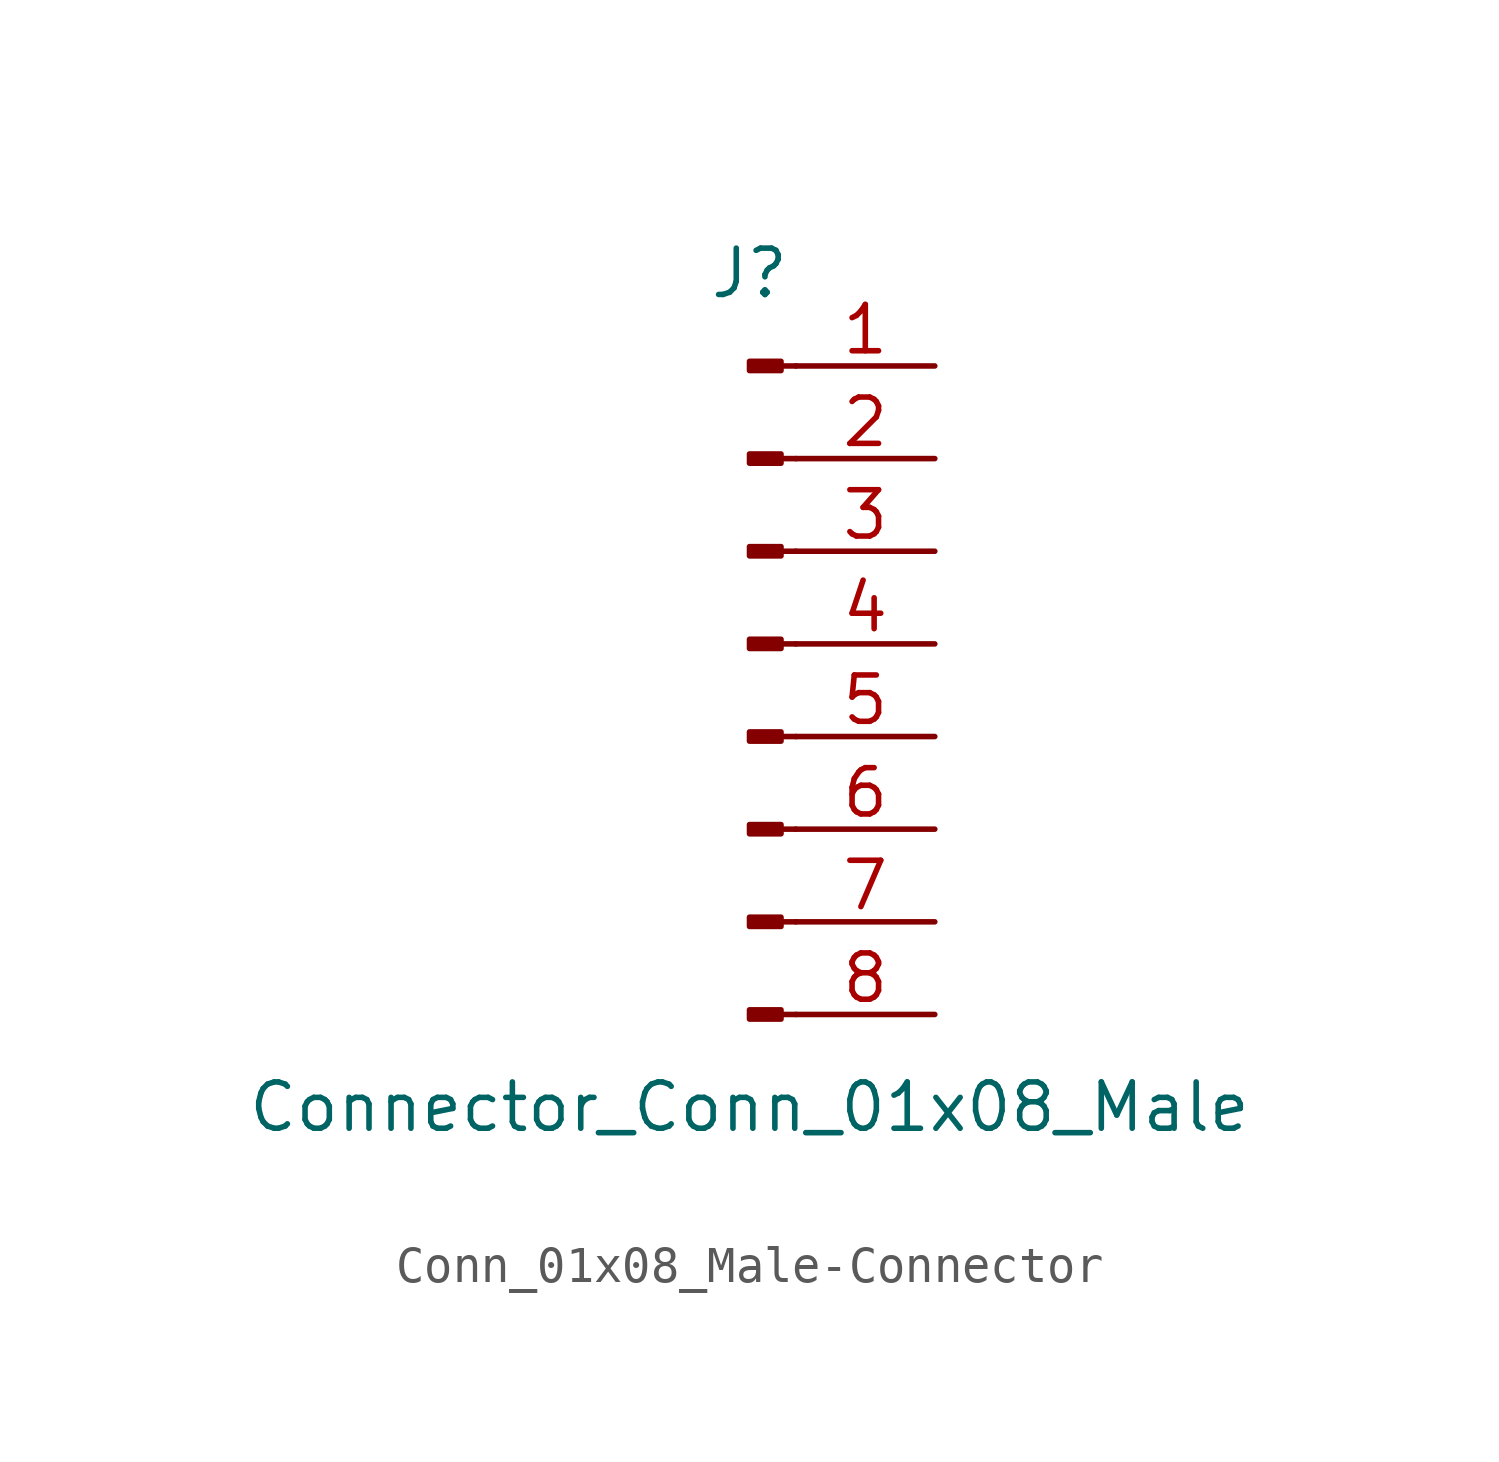
<source format=kicad_sym>
(kicad_symbol_lib
  (version 20231120)
  (generator "kicad_symbol_editor")
  (generator_version "8.0")
  (symbol "Conn_01x08_Male-Connector"
    (pin_names
      (offset 1.016) hide)
    (property "Reference" "J"
      (at 0 10.16 0)
      (effects (font (size 1.27 1.27))))
    (property "Value" "Connector_Conn_01x08_Male"
      (at 0 -12.7 0)
      (effects (font (size 1.27 1.27))))
    (symbol "Conn_01x08_Male-Connector_1_1"
      (polyline (pts (xy 1.27 -10.16) (xy 0.864 -10.16)) (stroke (width 0.152) (type solid)) (fill (type none)))
      (polyline (pts (xy 1.27 -7.62) (xy 0.864 -7.62)) (stroke (width 0.152) (type solid)) (fill (type none)))
      (polyline (pts (xy 1.27 -5.08) (xy 0.864 -5.08)) (stroke (width 0.152) (type solid)) (fill (type none)))
      (polyline (pts (xy 1.27 -2.54) (xy 0.864 -2.54)) (stroke (width 0.152) (type solid)) (fill (type none)))
      (polyline (pts (xy 1.27 0) (xy 0.864 0)) (stroke (width 0.152) (type solid)) (fill (type none)))
      (polyline (pts (xy 1.27 2.54) (xy 0.864 2.54)) (stroke (width 0.152) (type solid)) (fill (type none)))
      (polyline (pts (xy 1.27 5.08) (xy 0.864 5.08)) (stroke (width 0.152) (type solid)) (fill (type none)))
      (polyline (pts (xy 1.27 7.62) (xy 0.864 7.62)) (stroke (width 0.152) (type solid)) (fill (type none)))
      (rectangle (start 0.864 -10.033) (end 0 -10.287) (stroke (width 0.152) (type solid)) (fill (type outline)))
      (rectangle (start 0.864 -7.493) (end 0 -7.747) (stroke (width 0.152) (type solid)) (fill (type outline)))
      (rectangle (start 0.864 -4.953) (end 0 -5.207) (stroke (width 0.152) (type solid)) (fill (type outline)))
      (rectangle (start 0.864 -2.413) (end 0 -2.667) (stroke (width 0.152) (type solid)) (fill (type outline)))
      (rectangle (start 0.864 0.127) (end 0 -0.127) (stroke (width 0.152) (type solid)) (fill (type outline)))
      (rectangle (start 0.864 2.667) (end 0 2.413) (stroke (width 0.152) (type solid)) (fill (type outline)))
      (rectangle (start 0.864 5.207) (end 0 4.953) (stroke (width 0.152) (type solid)) (fill (type outline)))
      (rectangle (start 0.864 7.747) (end 0 7.493) (stroke (width 0.152) (type solid)) (fill (type outline)))
      (pin passive line (at 5.08 7.62 180) (length 3.81) (name "Pin_1" (effects (font (size 1.27 1.27)))) (number "1" (effects (font (size 1.27 1.27)))))
      (pin passive line (at 5.08 5.08 180) (length 3.81) (name "Pin_2" (effects (font (size 1.27 1.27)))) (number "2" (effects (font (size 1.27 1.27)))))
      (pin passive line (at 5.08 2.54 180) (length 3.81) (name "Pin_3" (effects (font (size 1.27 1.27)))) (number "3" (effects (font (size 1.27 1.27)))))
      (pin passive line (at 5.08 0 180) (length 3.81) (name "Pin_4" (effects (font (size 1.27 1.27)))) (number "4" (effects (font (size 1.27 1.27)))))
      (pin passive line (at 5.08 -2.54 180) (length 3.81) (name "Pin_5" (effects (font (size 1.27 1.27)))) (number "5" (effects (font (size 1.27 1.27)))))
      (pin passive line (at 5.08 -5.08 180) (length 3.81) (name "Pin_6" (effects (font (size 1.27 1.27)))) (number "6" (effects (font (size 1.27 1.27)))))
      (pin passive line (at 5.08 -7.62 180) (length 3.81) (name "Pin_7" (effects (font (size 1.27 1.27)))) (number "7" (effects (font (size 1.27 1.27)))))
      (pin passive line (at 5.08 -10.16 180) (length 3.81) (name "Pin_8" (effects (font (size 1.27 1.27)))) (number "8" (effects (font (size 1.27 1.27))))))))
</source>
